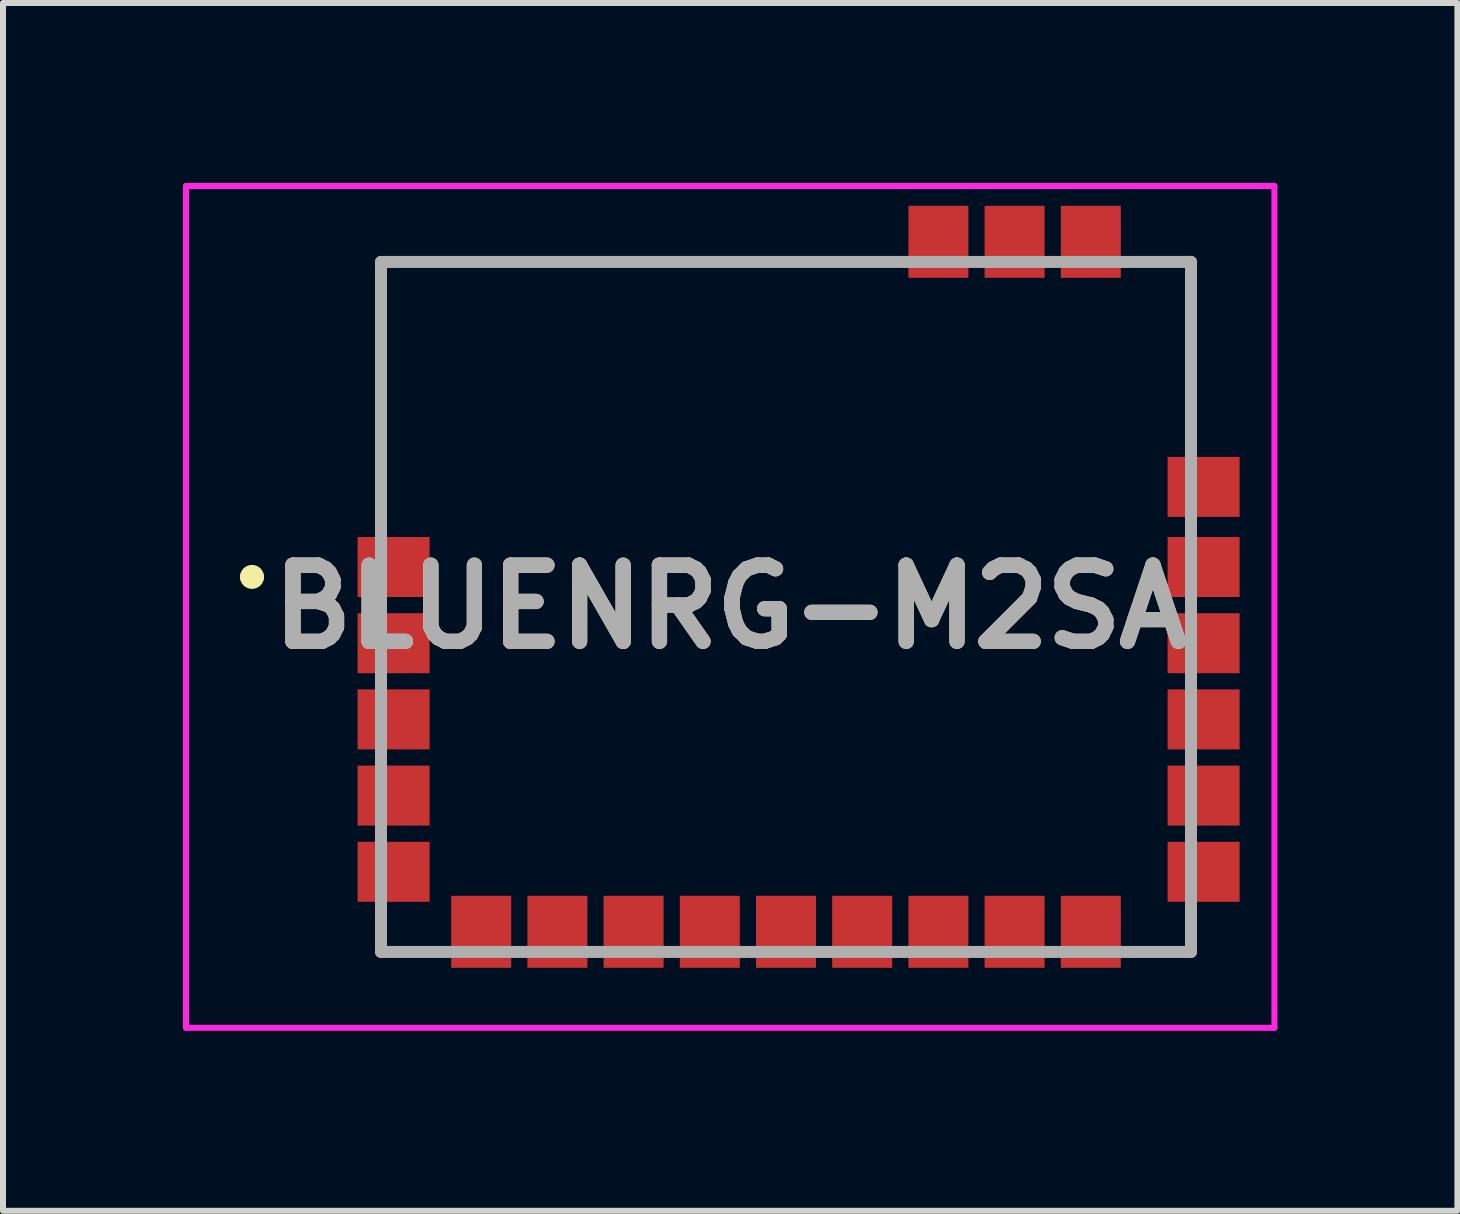
<source format=kicad_pcb>
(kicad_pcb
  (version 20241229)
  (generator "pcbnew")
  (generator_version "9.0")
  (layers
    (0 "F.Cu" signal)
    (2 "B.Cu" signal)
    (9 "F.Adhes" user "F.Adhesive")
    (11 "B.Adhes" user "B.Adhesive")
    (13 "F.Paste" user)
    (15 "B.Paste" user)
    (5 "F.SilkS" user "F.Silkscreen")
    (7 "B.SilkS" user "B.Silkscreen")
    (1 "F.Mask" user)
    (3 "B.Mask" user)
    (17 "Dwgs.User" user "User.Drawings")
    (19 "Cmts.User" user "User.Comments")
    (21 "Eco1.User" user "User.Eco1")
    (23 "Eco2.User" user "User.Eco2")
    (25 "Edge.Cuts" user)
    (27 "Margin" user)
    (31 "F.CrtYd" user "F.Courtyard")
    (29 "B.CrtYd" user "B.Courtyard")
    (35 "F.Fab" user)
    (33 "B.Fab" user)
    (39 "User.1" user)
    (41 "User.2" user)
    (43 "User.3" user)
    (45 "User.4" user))
  (footprint "BLUENRG-M2SA"
    (layer "F.Cu")
    (at 9.12 7.065)
    (property "Reference" "BLUENRG-M2SA" (at 0 0 0) (layer "F.SilkS") (effects (font (size 1.27 1.27) (thickness 0.254))))
    (attr smd)
    (fp_line (start -8.07 -0.5) (end -8.07 -0.5) (stroke (width 0.2) (type solid)) (layer "F.SilkS"))
    (fp_line (start -7.87 -0.5) (end -7.87 -0.5) (stroke (width 0.2) (type solid)) (layer "F.SilkS"))
    (fp_line (start -5.82 -5.75) (end -5.82 -2) (stroke (width 0.1) (type solid)) (layer "F.SilkS"))
    (fp_line (start 1.93 -5.75) (end -5.82 -5.75) (stroke (width 0.1) (type solid)) (layer "F.SilkS"))
    (fp_arc (start -8.07 -0.5) (mid -7.97 -0.6) (end -7.87 -0.5) (stroke (width 0.2) (type solid)) (layer "F.SilkS"))
    (fp_arc (start -7.87 -0.5) (mid -7.97 -0.4) (end -8.07 -0.5) (stroke (width 0.2) (type solid)) (layer "F.SilkS"))
    (fp_line (start -9.07 -7.015) (end 9.07 -7.015) (stroke (width 0.1) (type solid)) (layer "F.CrtYd"))
    (fp_line (start -9.07 7.015) (end -9.07 -7.015) (stroke (width 0.1) (type solid)) (layer "F.CrtYd"))
    (fp_line (start 9.07 -7.015) (end 9.07 7.015) (stroke (width 0.1) (type solid)) (layer "F.CrtYd"))
    (fp_line (start 9.07 7.015) (end -9.07 7.015) (stroke (width 0.1) (type solid)) (layer "F.CrtYd"))
    (fp_line (start -5.82 -5.75) (end 7.68 -5.75) (stroke (width 0.2) (type solid)) (layer "F.Fab"))
    (fp_line (start -5.82 5.75) (end -5.82 -5.75) (stroke (width 0.2) (type solid)) (layer "F.Fab"))
    (fp_line (start 7.68 -5.75) (end 7.68 5.75) (stroke (width 0.2) (type solid)) (layer "F.Fab"))
    (fp_line (start 7.68 5.75) (end -5.82 5.75) (stroke (width 0.2) (type solid)) (layer "F.Fab"))
    (fp_text user "${REFERENCE}" (at 0 0 0) (layer "F.Fab") (effects (font (size 1.27 1.27) (thickness 0.254))))
    (pad "1" smd rect (at -5.61 -0.665 90) (size 1 1.2) (layers "F.Cu" "F.Mask" "F.Paste"))
    (pad "2" smd rect (at -5.61 0.605 90) (size 1 1.2) (layers "F.Cu" "F.Mask" "F.Paste"))
    (pad "3" smd rect (at -5.61 1.875 90) (size 1 1.2) (layers "F.Cu" "F.Mask" "F.Paste"))
    (pad "4" smd rect (at -5.61 3.145 90) (size 1 1.2) (layers "F.Cu" "F.Mask" "F.Paste"))
    (pad "5" smd rect (at -5.61 4.415 90) (size 1 1.2) (layers "F.Cu" "F.Mask" "F.Paste"))
    (pad "6" smd rect (at -4.15 5.415) (size 1 1.2) (layers "F.Cu" "F.Mask" "F.Paste"))
    (pad "7" smd rect (at -2.88 5.415) (size 1 1.2) (layers "F.Cu" "F.Mask" "F.Paste"))
    (pad "8" smd rect (at -1.61 5.415) (size 1 1.2) (layers "F.Cu" "F.Mask" "F.Paste"))
    (pad "9" smd rect (at -0.34 5.415) (size 1 1.2) (layers "F.Cu" "F.Mask" "F.Paste"))
    (pad "10" smd rect (at 0.93 5.415) (size 1 1.2) (layers "F.Cu" "F.Mask" "F.Paste"))
    (pad "11" smd rect (at 2.2 5.415) (size 1 1.2) (layers "F.Cu" "F.Mask" "F.Paste"))
    (pad "12" smd rect (at 3.47 5.415) (size 1 1.2) (layers "F.Cu" "F.Mask" "F.Paste"))
    (pad "13" smd rect (at 4.74 5.415) (size 1 1.2) (layers "F.Cu" "F.Mask" "F.Paste"))
    (pad "14" smd rect (at 6.01 5.415) (size 1 1.2) (layers "F.Cu" "F.Mask" "F.Paste"))
    (pad "15" smd rect (at 7.89 4.415 90) (size 1 1.2) (layers "F.Cu" "F.Mask" "F.Paste"))
    (pad "16" smd rect (at 7.89 3.145 90) (size 1 1.2) (layers "F.Cu" "F.Mask" "F.Paste"))
    (pad "17" smd rect (at 7.89 1.875 90) (size 1 1.2) (layers "F.Cu" "F.Mask" "F.Paste"))
    (pad "18" smd rect (at 7.89 0.605 90) (size 1 1.2) (layers "F.Cu" "F.Mask" "F.Paste"))
    (pad "19" smd rect (at 7.89 -0.665 90) (size 1 1.2) (layers "F.Cu" "F.Mask" "F.Paste"))
    (pad "20" smd rect (at 7.89 -2 90) (size 1 1.2) (layers "F.Cu" "F.Mask" "F.Paste"))
    (pad "21" smd rect (at 6.01 -6.085) (size 1 1.2) (layers "F.Cu" "F.Mask" "F.Paste"))
    (pad "22" smd rect (at 4.74 -6.085) (size 1 1.2) (layers "F.Cu" "F.Mask" "F.Paste"))
    (pad "23" smd rect (at 3.47 -6.085) (size 1 1.2) (layers "F.Cu" "F.Mask" "F.Paste")))
  (gr_rect
    (start -3 -3)
    (end 21.24 17.13)
    (stroke (width 0.1) (type default))
    (fill no)
    (layer "Edge.Cuts")))
</source>
